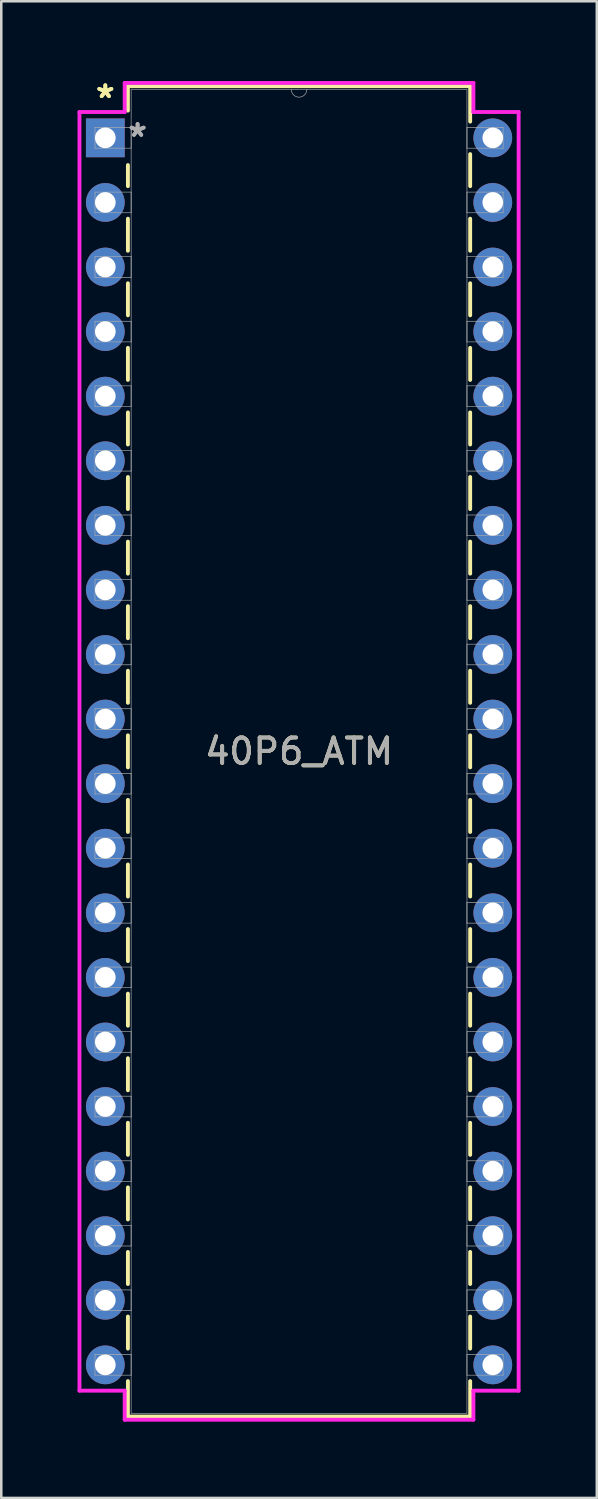
<source format=kicad_pcb>
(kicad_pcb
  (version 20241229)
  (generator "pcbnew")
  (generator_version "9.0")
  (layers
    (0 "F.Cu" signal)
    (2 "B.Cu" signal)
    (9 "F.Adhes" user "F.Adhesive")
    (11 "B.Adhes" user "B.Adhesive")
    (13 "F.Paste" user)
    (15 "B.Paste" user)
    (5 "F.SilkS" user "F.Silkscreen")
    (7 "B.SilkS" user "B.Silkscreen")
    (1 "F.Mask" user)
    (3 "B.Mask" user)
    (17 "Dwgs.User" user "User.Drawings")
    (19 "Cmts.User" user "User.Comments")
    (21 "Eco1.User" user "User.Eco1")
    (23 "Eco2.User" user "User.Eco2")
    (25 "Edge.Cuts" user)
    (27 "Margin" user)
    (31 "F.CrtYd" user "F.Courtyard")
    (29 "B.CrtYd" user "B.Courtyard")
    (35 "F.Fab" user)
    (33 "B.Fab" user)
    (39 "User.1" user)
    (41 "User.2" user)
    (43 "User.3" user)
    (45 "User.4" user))
  (footprint "40P6_ATM"
    (layer "F.Cu")
    (at 1.092 2.372)
    (property "Reference" "40P6_ATM" (at 7.62 24.13 0) (unlocked yes) (layer "F.SilkS") (effects (font (size 1 1) (thickness 0.15))))
    (attr through_hole)
    (fp_line (start 0.889 -2.032) (end 0.889 -1.07) (stroke (width 0.152) (type solid)) (layer "F.SilkS"))
    (fp_line (start 0.889 1.07) (end 0.889 1.901) (stroke (width 0.152) (type solid)) (layer "F.SilkS"))
    (fp_line (start 0.889 3.179) (end 0.889 4.441) (stroke (width 0.152) (type solid)) (layer "F.SilkS"))
    (fp_line (start 0.889 5.719) (end 0.889 6.981) (stroke (width 0.152) (type solid)) (layer "F.SilkS"))
    (fp_line (start 0.889 8.259) (end 0.889 9.521) (stroke (width 0.152) (type solid)) (layer "F.SilkS"))
    (fp_line (start 0.889 10.799) (end 0.889 12.061) (stroke (width 0.152) (type solid)) (layer "F.SilkS"))
    (fp_line (start 0.889 13.339) (end 0.889 14.601) (stroke (width 0.152) (type solid)) (layer "F.SilkS"))
    (fp_line (start 0.889 15.879) (end 0.889 17.141) (stroke (width 0.152) (type solid)) (layer "F.SilkS"))
    (fp_line (start 0.889 18.419) (end 0.889 19.681) (stroke (width 0.152) (type solid)) (layer "F.SilkS"))
    (fp_line (start 0.889 20.959) (end 0.889 22.221) (stroke (width 0.152) (type solid)) (layer "F.SilkS"))
    (fp_line (start 0.889 23.499) (end 0.889 24.761) (stroke (width 0.152) (type solid)) (layer "F.SilkS"))
    (fp_line (start 0.889 26.039) (end 0.889 27.301) (stroke (width 0.152) (type solid)) (layer "F.SilkS"))
    (fp_line (start 0.889 28.579) (end 0.889 29.841) (stroke (width 0.152) (type solid)) (layer "F.SilkS"))
    (fp_line (start 0.889 31.119) (end 0.889 32.381) (stroke (width 0.152) (type solid)) (layer "F.SilkS"))
    (fp_line (start 0.889 33.659) (end 0.889 34.921) (stroke (width 0.152) (type solid)) (layer "F.SilkS"))
    (fp_line (start 0.889 36.199) (end 0.889 37.461) (stroke (width 0.152) (type solid)) (layer "F.SilkS"))
    (fp_line (start 0.889 38.739) (end 0.889 40.001) (stroke (width 0.152) (type solid)) (layer "F.SilkS"))
    (fp_line (start 0.889 41.279) (end 0.889 42.541) (stroke (width 0.152) (type solid)) (layer "F.SilkS"))
    (fp_line (start 0.889 43.819) (end 0.889 45.081) (stroke (width 0.152) (type solid)) (layer "F.SilkS"))
    (fp_line (start 0.889 46.359) (end 0.889 47.621) (stroke (width 0.152) (type solid)) (layer "F.SilkS"))
    (fp_line (start 0.889 48.899) (end 0.889 50.292) (stroke (width 0.152) (type solid)) (layer "F.SilkS"))
    (fp_line (start 0.889 50.292) (end 14.351 50.292) (stroke (width 0.152) (type solid)) (layer "F.SilkS"))
    (fp_line (start 14.351 -2.032) (end 0.889 -2.032) (stroke (width 0.152) (type solid)) (layer "F.SilkS"))
    (fp_line (start 14.351 -0.639) (end 14.351 -2.032) (stroke (width 0.152) (type solid)) (layer "F.SilkS"))
    (fp_line (start 14.351 1.901) (end 14.351 0.639) (stroke (width 0.152) (type solid)) (layer "F.SilkS"))
    (fp_line (start 14.351 4.441) (end 14.351 3.179) (stroke (width 0.152) (type solid)) (layer "F.SilkS"))
    (fp_line (start 14.351 6.981) (end 14.351 5.719) (stroke (width 0.152) (type solid)) (layer "F.SilkS"))
    (fp_line (start 14.351 9.521) (end 14.351 8.259) (stroke (width 0.152) (type solid)) (layer "F.SilkS"))
    (fp_line (start 14.351 12.061) (end 14.351 10.799) (stroke (width 0.152) (type solid)) (layer "F.SilkS"))
    (fp_line (start 14.351 14.601) (end 14.351 13.339) (stroke (width 0.152) (type solid)) (layer "F.SilkS"))
    (fp_line (start 14.351 17.141) (end 14.351 15.879) (stroke (width 0.152) (type solid)) (layer "F.SilkS"))
    (fp_line (start 14.351 19.681) (end 14.351 18.419) (stroke (width 0.152) (type solid)) (layer "F.SilkS"))
    (fp_line (start 14.351 22.221) (end 14.351 20.959) (stroke (width 0.152) (type solid)) (layer "F.SilkS"))
    (fp_line (start 14.351 24.761) (end 14.351 23.499) (stroke (width 0.152) (type solid)) (layer "F.SilkS"))
    (fp_line (start 14.351 27.301) (end 14.351 26.039) (stroke (width 0.152) (type solid)) (layer "F.SilkS"))
    (fp_line (start 14.351 29.841) (end 14.351 28.579) (stroke (width 0.152) (type solid)) (layer "F.SilkS"))
    (fp_line (start 14.351 32.381) (end 14.351 31.119) (stroke (width 0.152) (type solid)) (layer "F.SilkS"))
    (fp_line (start 14.351 34.921) (end 14.351 33.659) (stroke (width 0.152) (type solid)) (layer "F.SilkS"))
    (fp_line (start 14.351 37.461) (end 14.351 36.199) (stroke (width 0.152) (type solid)) (layer "F.SilkS"))
    (fp_line (start 14.351 40.001) (end 14.351 38.739) (stroke (width 0.152) (type solid)) (layer "F.SilkS"))
    (fp_line (start 14.351 42.541) (end 14.351 41.279) (stroke (width 0.152) (type solid)) (layer "F.SilkS"))
    (fp_line (start 14.351 45.081) (end 14.351 43.819) (stroke (width 0.152) (type solid)) (layer "F.SilkS"))
    (fp_line (start 14.351 47.621) (end 14.351 46.359) (stroke (width 0.152) (type solid)) (layer "F.SilkS"))
    (fp_line (start 14.351 50.292) (end 14.351 48.899) (stroke (width 0.152) (type solid)) (layer "F.SilkS"))
    (fp_line (start -1.016 -1.016) (end 0.762 -1.016) (stroke (width 0.152) (type solid)) (layer "F.CrtYd"))
    (fp_line (start -1.016 49.276) (end -1.016 -1.016) (stroke (width 0.152) (type solid)) (layer "F.CrtYd"))
    (fp_line (start 0.762 -2.159) (end 14.478 -2.159) (stroke (width 0.152) (type solid)) (layer "F.CrtYd"))
    (fp_line (start 0.762 -1.016) (end 0.762 -2.159) (stroke (width 0.152) (type solid)) (layer "F.CrtYd"))
    (fp_line (start 0.762 49.276) (end -1.016 49.276) (stroke (width 0.152) (type solid)) (layer "F.CrtYd"))
    (fp_line (start 0.762 50.419) (end 0.762 49.276) (stroke (width 0.152) (type solid)) (layer "F.CrtYd"))
    (fp_line (start 14.478 -2.159) (end 14.478 -1.016) (stroke (width 0.152) (type solid)) (layer "F.CrtYd"))
    (fp_line (start 14.478 49.276) (end 14.478 50.419) (stroke (width 0.152) (type solid)) (layer "F.CrtYd"))
    (fp_line (start 14.478 50.419) (end 0.762 50.419) (stroke (width 0.152) (type solid)) (layer "F.CrtYd"))
    (fp_line (start 16.256 -1.016) (end 14.478 -1.016) (stroke (width 0.152) (type solid)) (layer "F.CrtYd"))
    (fp_line (start 16.256 -1.016) (end 16.256 49.276) (stroke (width 0.152) (type solid)) (layer "F.CrtYd"))
    (fp_line (start 16.256 49.276) (end 14.478 49.276) (stroke (width 0.152) (type solid)) (layer "F.CrtYd"))
    (fp_line (start -0.406 -0.406) (end -0.406 0.406) (stroke (width 0.025) (type solid)) (layer "F.Fab"))
    (fp_line (start -0.406 0.406) (end 1.016 0.406) (stroke (width 0.025) (type solid)) (layer "F.Fab"))
    (fp_line (start -0.406 2.134) (end -0.406 2.946) (stroke (width 0.025) (type solid)) (layer "F.Fab"))
    (fp_line (start -0.406 2.946) (end 1.016 2.946) (stroke (width 0.025) (type solid)) (layer "F.Fab"))
    (fp_line (start -0.406 4.674) (end -0.406 5.486) (stroke (width 0.025) (type solid)) (layer "F.Fab"))
    (fp_line (start -0.406 5.486) (end 1.016 5.486) (stroke (width 0.025) (type solid)) (layer "F.Fab"))
    (fp_line (start -0.406 7.214) (end -0.406 8.026) (stroke (width 0.025) (type solid)) (layer "F.Fab"))
    (fp_line (start -0.406 8.026) (end 1.016 8.026) (stroke (width 0.025) (type solid)) (layer "F.Fab"))
    (fp_line (start -0.406 9.754) (end -0.406 10.566) (stroke (width 0.025) (type solid)) (layer "F.Fab"))
    (fp_line (start -0.406 10.566) (end 1.016 10.566) (stroke (width 0.025) (type solid)) (layer "F.Fab"))
    (fp_line (start -0.406 12.294) (end -0.406 13.106) (stroke (width 0.025) (type solid)) (layer "F.Fab"))
    (fp_line (start -0.406 13.106) (end 1.016 13.106) (stroke (width 0.025) (type solid)) (layer "F.Fab"))
    (fp_line (start -0.406 14.834) (end -0.406 15.646) (stroke (width 0.025) (type solid)) (layer "F.Fab"))
    (fp_line (start -0.406 15.646) (end 1.016 15.646) (stroke (width 0.025) (type solid)) (layer "F.Fab"))
    (fp_line (start -0.406 17.374) (end -0.406 18.186) (stroke (width 0.025) (type solid)) (layer "F.Fab"))
    (fp_line (start -0.406 18.186) (end 1.016 18.186) (stroke (width 0.025) (type solid)) (layer "F.Fab"))
    (fp_line (start -0.406 19.914) (end -0.406 20.726) (stroke (width 0.025) (type solid)) (layer "F.Fab"))
    (fp_line (start -0.406 20.726) (end 1.016 20.726) (stroke (width 0.025) (type solid)) (layer "F.Fab"))
    (fp_line (start -0.406 22.454) (end -0.406 23.266) (stroke (width 0.025) (type solid)) (layer "F.Fab"))
    (fp_line (start -0.406 23.266) (end 1.016 23.266) (stroke (width 0.025) (type solid)) (layer "F.Fab"))
    (fp_line (start -0.406 24.994) (end -0.406 25.806) (stroke (width 0.025) (type solid)) (layer "F.Fab"))
    (fp_line (start -0.406 25.806) (end 1.016 25.806) (stroke (width 0.025) (type solid)) (layer "F.Fab"))
    (fp_line (start -0.406 27.534) (end -0.406 28.346) (stroke (width 0.025) (type solid)) (layer "F.Fab"))
    (fp_line (start -0.406 28.346) (end 1.016 28.346) (stroke (width 0.025) (type solid)) (layer "F.Fab"))
    (fp_line (start -0.406 30.074) (end -0.406 30.886) (stroke (width 0.025) (type solid)) (layer "F.Fab"))
    (fp_line (start -0.406 30.886) (end 1.016 30.886) (stroke (width 0.025) (type solid)) (layer "F.Fab"))
    (fp_line (start -0.406 32.614) (end -0.406 33.426) (stroke (width 0.025) (type solid)) (layer "F.Fab"))
    (fp_line (start -0.406 33.426) (end 1.016 33.426) (stroke (width 0.025) (type solid)) (layer "F.Fab"))
    (fp_line (start -0.406 35.154) (end -0.406 35.966) (stroke (width 0.025) (type solid)) (layer "F.Fab"))
    (fp_line (start -0.406 35.966) (end 1.016 35.966) (stroke (width 0.025) (type solid)) (layer "F.Fab"))
    (fp_line (start -0.406 37.694) (end -0.406 38.506) (stroke (width 0.025) (type solid)) (layer "F.Fab"))
    (fp_line (start -0.406 38.506) (end 1.016 38.506) (stroke (width 0.025) (type solid)) (layer "F.Fab"))
    (fp_line (start -0.406 40.234) (end -0.406 41.046) (stroke (width 0.025) (type solid)) (layer "F.Fab"))
    (fp_line (start -0.406 41.046) (end 1.016 41.046) (stroke (width 0.025) (type solid)) (layer "F.Fab"))
    (fp_line (start -0.406 42.774) (end -0.406 43.586) (stroke (width 0.025) (type solid)) (layer "F.Fab"))
    (fp_line (start -0.406 43.586) (end 1.016 43.586) (stroke (width 0.025) (type solid)) (layer "F.Fab"))
    (fp_line (start -0.406 45.314) (end -0.406 46.126) (stroke (width 0.025) (type solid)) (layer "F.Fab"))
    (fp_line (start -0.406 46.126) (end 1.016 46.126) (stroke (width 0.025) (type solid)) (layer "F.Fab"))
    (fp_line (start -0.406 47.854) (end -0.406 48.666) (stroke (width 0.025) (type solid)) (layer "F.Fab"))
    (fp_line (start -0.406 48.666) (end 1.016 48.666) (stroke (width 0.025) (type solid)) (layer "F.Fab"))
    (fp_line (start 1.016 -1.905) (end 1.016 50.165) (stroke (width 0.025) (type solid)) (layer "F.Fab"))
    (fp_line (start 1.016 -0.406) (end -0.406 -0.406) (stroke (width 0.025) (type solid)) (layer "F.Fab"))
    (fp_line (start 1.016 0.406) (end 1.016 -0.406) (stroke (width 0.025) (type solid)) (layer "F.Fab"))
    (fp_line (start 1.016 2.134) (end -0.406 2.134) (stroke (width 0.025) (type solid)) (layer "F.Fab"))
    (fp_line (start 1.016 2.946) (end 1.016 2.134) (stroke (width 0.025) (type solid)) (layer "F.Fab"))
    (fp_line (start 1.016 4.674) (end -0.406 4.674) (stroke (width 0.025) (type solid)) (layer "F.Fab"))
    (fp_line (start 1.016 5.486) (end 1.016 4.674) (stroke (width 0.025) (type solid)) (layer "F.Fab"))
    (fp_line (start 1.016 7.214) (end -0.406 7.214) (stroke (width 0.025) (type solid)) (layer "F.Fab"))
    (fp_line (start 1.016 8.026) (end 1.016 7.214) (stroke (width 0.025) (type solid)) (layer "F.Fab"))
    (fp_line (start 1.016 9.754) (end -0.406 9.754) (stroke (width 0.025) (type solid)) (layer "F.Fab"))
    (fp_line (start 1.016 10.566) (end 1.016 9.754) (stroke (width 0.025) (type solid)) (layer "F.Fab"))
    (fp_line (start 1.016 12.294) (end -0.406 12.294) (stroke (width 0.025) (type solid)) (layer "F.Fab"))
    (fp_line (start 1.016 13.106) (end 1.016 12.294) (stroke (width 0.025) (type solid)) (layer "F.Fab"))
    (fp_line (start 1.016 14.834) (end -0.406 14.834) (stroke (width 0.025) (type solid)) (layer "F.Fab"))
    (fp_line (start 1.016 15.646) (end 1.016 14.834) (stroke (width 0.025) (type solid)) (layer "F.Fab"))
    (fp_line (start 1.016 17.374) (end -0.406 17.374) (stroke (width 0.025) (type solid)) (layer "F.Fab"))
    (fp_line (start 1.016 18.186) (end 1.016 17.374) (stroke (width 0.025) (type solid)) (layer "F.Fab"))
    (fp_line (start 1.016 19.914) (end -0.406 19.914) (stroke (width 0.025) (type solid)) (layer "F.Fab"))
    (fp_line (start 1.016 20.726) (end 1.016 19.914) (stroke (width 0.025) (type solid)) (layer "F.Fab"))
    (fp_line (start 1.016 22.454) (end -0.406 22.454) (stroke (width 0.025) (type solid)) (layer "F.Fab"))
    (fp_line (start 1.016 23.266) (end 1.016 22.454) (stroke (width 0.025) (type solid)) (layer "F.Fab"))
    (fp_line (start 1.016 24.994) (end -0.406 24.994) (stroke (width 0.025) (type solid)) (layer "F.Fab"))
    (fp_line (start 1.016 25.806) (end 1.016 24.994) (stroke (width 0.025) (type solid)) (layer "F.Fab"))
    (fp_line (start 1.016 27.534) (end -0.406 27.534) (stroke (width 0.025) (type solid)) (layer "F.Fab"))
    (fp_line (start 1.016 28.346) (end 1.016 27.534) (stroke (width 0.025) (type solid)) (layer "F.Fab"))
    (fp_line (start 1.016 30.074) (end -0.406 30.074) (stroke (width 0.025) (type solid)) (layer "F.Fab"))
    (fp_line (start 1.016 30.886) (end 1.016 30.074) (stroke (width 0.025) (type solid)) (layer "F.Fab"))
    (fp_line (start 1.016 32.614) (end -0.406 32.614) (stroke (width 0.025) (type solid)) (layer "F.Fab"))
    (fp_line (start 1.016 33.426) (end 1.016 32.614) (stroke (width 0.025) (type solid)) (layer "F.Fab"))
    (fp_line (start 1.016 35.154) (end -0.406 35.154) (stroke (width 0.025) (type solid)) (layer "F.Fab"))
    (fp_line (start 1.016 35.966) (end 1.016 35.154) (stroke (width 0.025) (type solid)) (layer "F.Fab"))
    (fp_line (start 1.016 37.694) (end -0.406 37.694) (stroke (width 0.025) (type solid)) (layer "F.Fab"))
    (fp_line (start 1.016 38.506) (end 1.016 37.694) (stroke (width 0.025) (type solid)) (layer "F.Fab"))
    (fp_line (start 1.016 40.234) (end -0.406 40.234) (stroke (width 0.025) (type solid)) (layer "F.Fab"))
    (fp_line (start 1.016 41.046) (end 1.016 40.234) (stroke (width 0.025) (type solid)) (layer "F.Fab"))
    (fp_line (start 1.016 42.774) (end -0.406 42.774) (stroke (width 0.025) (type solid)) (layer "F.Fab"))
    (fp_line (start 1.016 43.586) (end 1.016 42.774) (stroke (width 0.025) (type solid)) (layer "F.Fab"))
    (fp_line (start 1.016 45.314) (end -0.406 45.314) (stroke (width 0.025) (type solid)) (layer "F.Fab"))
    (fp_line (start 1.016 46.126) (end 1.016 45.314) (stroke (width 0.025) (type solid)) (layer "F.Fab"))
    (fp_line (start 1.016 47.854) (end -0.406 47.854) (stroke (width 0.025) (type solid)) (layer "F.Fab"))
    (fp_line (start 1.016 48.666) (end 1.016 47.854) (stroke (width 0.025) (type solid)) (layer "F.Fab"))
    (fp_line (start 1.016 50.165) (end 14.224 50.165) (stroke (width 0.025) (type solid)) (layer "F.Fab"))
    (fp_line (start 14.224 -1.905) (end 1.016 -1.905) (stroke (width 0.025) (type solid)) (layer "F.Fab"))
    (fp_line (start 14.224 -0.406) (end 14.224 0.406) (stroke (width 0.025) (type solid)) (layer "F.Fab"))
    (fp_line (start 14.224 0.406) (end 15.646 0.406) (stroke (width 0.025) (type solid)) (layer "F.Fab"))
    (fp_line (start 14.224 2.134) (end 14.224 2.946) (stroke (width 0.025) (type solid)) (layer "F.Fab"))
    (fp_line (start 14.224 2.946) (end 15.646 2.946) (stroke (width 0.025) (type solid)) (layer "F.Fab"))
    (fp_line (start 14.224 4.674) (end 14.224 5.486) (stroke (width 0.025) (type solid)) (layer "F.Fab"))
    (fp_line (start 14.224 5.486) (end 15.646 5.486) (stroke (width 0.025) (type solid)) (layer "F.Fab"))
    (fp_line (start 14.224 7.214) (end 14.224 8.026) (stroke (width 0.025) (type solid)) (layer "F.Fab"))
    (fp_line (start 14.224 8.026) (end 15.646 8.026) (stroke (width 0.025) (type solid)) (layer "F.Fab"))
    (fp_line (start 14.224 9.754) (end 14.224 10.566) (stroke (width 0.025) (type solid)) (layer "F.Fab"))
    (fp_line (start 14.224 10.566) (end 15.646 10.566) (stroke (width 0.025) (type solid)) (layer "F.Fab"))
    (fp_line (start 14.224 12.294) (end 14.224 13.106) (stroke (width 0.025) (type solid)) (layer "F.Fab"))
    (fp_line (start 14.224 13.106) (end 15.646 13.106) (stroke (width 0.025) (type solid)) (layer "F.Fab"))
    (fp_line (start 14.224 14.834) (end 14.224 15.646) (stroke (width 0.025) (type solid)) (layer "F.Fab"))
    (fp_line (start 14.224 15.646) (end 15.646 15.646) (stroke (width 0.025) (type solid)) (layer "F.Fab"))
    (fp_line (start 14.224 17.374) (end 14.224 18.186) (stroke (width 0.025) (type solid)) (layer "F.Fab"))
    (fp_line (start 14.224 18.186) (end 15.646 18.186) (stroke (width 0.025) (type solid)) (layer "F.Fab"))
    (fp_line (start 14.224 19.914) (end 14.224 20.726) (stroke (width 0.025) (type solid)) (layer "F.Fab"))
    (fp_line (start 14.224 20.726) (end 15.646 20.726) (stroke (width 0.025) (type solid)) (layer "F.Fab"))
    (fp_line (start 14.224 22.454) (end 14.224 23.266) (stroke (width 0.025) (type solid)) (layer "F.Fab"))
    (fp_line (start 14.224 23.266) (end 15.646 23.266) (stroke (width 0.025) (type solid)) (layer "F.Fab"))
    (fp_line (start 14.224 24.994) (end 14.224 25.806) (stroke (width 0.025) (type solid)) (layer "F.Fab"))
    (fp_line (start 14.224 25.806) (end 15.646 25.806) (stroke (width 0.025) (type solid)) (layer "F.Fab"))
    (fp_line (start 14.224 27.534) (end 14.224 28.346) (stroke (width 0.025) (type solid)) (layer "F.Fab"))
    (fp_line (start 14.224 28.346) (end 15.646 28.346) (stroke (width 0.025) (type solid)) (layer "F.Fab"))
    (fp_line (start 14.224 30.074) (end 14.224 30.886) (stroke (width 0.025) (type solid)) (layer "F.Fab"))
    (fp_line (start 14.224 30.886) (end 15.646 30.886) (stroke (width 0.025) (type solid)) (layer "F.Fab"))
    (fp_line (start 14.224 32.614) (end 14.224 33.426) (stroke (width 0.025) (type solid)) (layer "F.Fab"))
    (fp_line (start 14.224 33.426) (end 15.646 33.426) (stroke (width 0.025) (type solid)) (layer "F.Fab"))
    (fp_line (start 14.224 35.154) (end 14.224 35.966) (stroke (width 0.025) (type solid)) (layer "F.Fab"))
    (fp_line (start 14.224 35.966) (end 15.646 35.966) (stroke (width 0.025) (type solid)) (layer "F.Fab"))
    (fp_line (start 14.224 37.694) (end 14.224 38.506) (stroke (width 0.025) (type solid)) (layer "F.Fab"))
    (fp_line (start 14.224 38.506) (end 15.646 38.506) (stroke (width 0.025) (type solid)) (layer "F.Fab"))
    (fp_line (start 14.224 40.234) (end 14.224 41.046) (stroke (width 0.025) (type solid)) (layer "F.Fab"))
    (fp_line (start 14.224 41.046) (end 15.646 41.046) (stroke (width 0.025) (type solid)) (layer "F.Fab"))
    (fp_line (start 14.224 42.774) (end 14.224 43.586) (stroke (width 0.025) (type solid)) (layer "F.Fab"))
    (fp_line (start 14.224 43.586) (end 15.646 43.586) (stroke (width 0.025) (type solid)) (layer "F.Fab"))
    (fp_line (start 14.224 45.314) (end 14.224 46.126) (stroke (width 0.025) (type solid)) (layer "F.Fab"))
    (fp_line (start 14.224 46.126) (end 15.646 46.126) (stroke (width 0.025) (type solid)) (layer "F.Fab"))
    (fp_line (start 14.224 47.854) (end 14.224 48.666) (stroke (width 0.025) (type solid)) (layer "F.Fab"))
    (fp_line (start 14.224 48.666) (end 15.646 48.666) (stroke (width 0.025) (type solid)) (layer "F.Fab"))
    (fp_line (start 14.224 50.165) (end 14.224 -1.905) (stroke (width 0.025) (type solid)) (layer "F.Fab"))
    (fp_line (start 15.646 -0.406) (end 14.224 -0.406) (stroke (width 0.025) (type solid)) (layer "F.Fab"))
    (fp_line (start 15.646 0.406) (end 15.646 -0.406) (stroke (width 0.025) (type solid)) (layer "F.Fab"))
    (fp_line (start 15.646 2.134) (end 14.224 2.134) (stroke (width 0.025) (type solid)) (layer "F.Fab"))
    (fp_line (start 15.646 2.946) (end 15.646 2.134) (stroke (width 0.025) (type solid)) (layer "F.Fab"))
    (fp_line (start 15.646 4.674) (end 14.224 4.674) (stroke (width 0.025) (type solid)) (layer "F.Fab"))
    (fp_line (start 15.646 5.486) (end 15.646 4.674) (stroke (width 0.025) (type solid)) (layer "F.Fab"))
    (fp_line (start 15.646 7.214) (end 14.224 7.214) (stroke (width 0.025) (type solid)) (layer "F.Fab"))
    (fp_line (start 15.646 8.026) (end 15.646 7.214) (stroke (width 0.025) (type solid)) (layer "F.Fab"))
    (fp_line (start 15.646 9.754) (end 14.224 9.754) (stroke (width 0.025) (type solid)) (layer "F.Fab"))
    (fp_line (start 15.646 10.566) (end 15.646 9.754) (stroke (width 0.025) (type solid)) (layer "F.Fab"))
    (fp_line (start 15.646 12.294) (end 14.224 12.294) (stroke (width 0.025) (type solid)) (layer "F.Fab"))
    (fp_line (start 15.646 13.106) (end 15.646 12.294) (stroke (width 0.025) (type solid)) (layer "F.Fab"))
    (fp_line (start 15.646 14.834) (end 14.224 14.834) (stroke (width 0.025) (type solid)) (layer "F.Fab"))
    (fp_line (start 15.646 15.646) (end 15.646 14.834) (stroke (width 0.025) (type solid)) (layer "F.Fab"))
    (fp_line (start 15.646 17.374) (end 14.224 17.374) (stroke (width 0.025) (type solid)) (layer "F.Fab"))
    (fp_line (start 15.646 18.186) (end 15.646 17.374) (stroke (width 0.025) (type solid)) (layer "F.Fab"))
    (fp_line (start 15.646 19.914) (end 14.224 19.914) (stroke (width 0.025) (type solid)) (layer "F.Fab"))
    (fp_line (start 15.646 20.726) (end 15.646 19.914) (stroke (width 0.025) (type solid)) (layer "F.Fab"))
    (fp_line (start 15.646 22.454) (end 14.224 22.454) (stroke (width 0.025) (type solid)) (layer "F.Fab"))
    (fp_line (start 15.646 23.266) (end 15.646 22.454) (stroke (width 0.025) (type solid)) (layer "F.Fab"))
    (fp_line (start 15.646 24.994) (end 14.224 24.994) (stroke (width 0.025) (type solid)) (layer "F.Fab"))
    (fp_line (start 15.646 25.806) (end 15.646 24.994) (stroke (width 0.025) (type solid)) (layer "F.Fab"))
    (fp_line (start 15.646 27.534) (end 14.224 27.534) (stroke (width 0.025) (type solid)) (layer "F.Fab"))
    (fp_line (start 15.646 28.346) (end 15.646 27.534) (stroke (width 0.025) (type solid)) (layer "F.Fab"))
    (fp_line (start 15.646 30.074) (end 14.224 30.074) (stroke (width 0.025) (type solid)) (layer "F.Fab"))
    (fp_line (start 15.646 30.886) (end 15.646 30.074) (stroke (width 0.025) (type solid)) (layer "F.Fab"))
    (fp_line (start 15.646 32.614) (end 14.224 32.614) (stroke (width 0.025) (type solid)) (layer "F.Fab"))
    (fp_line (start 15.646 33.426) (end 15.646 32.614) (stroke (width 0.025) (type solid)) (layer "F.Fab"))
    (fp_line (start 15.646 35.154) (end 14.224 35.154) (stroke (width 0.025) (type solid)) (layer "F.Fab"))
    (fp_line (start 15.646 35.966) (end 15.646 35.154) (stroke (width 0.025) (type solid)) (layer "F.Fab"))
    (fp_line (start 15.646 37.694) (end 14.224 37.694) (stroke (width 0.025) (type solid)) (layer "F.Fab"))
    (fp_line (start 15.646 38.506) (end 15.646 37.694) (stroke (width 0.025) (type solid)) (layer "F.Fab"))
    (fp_line (start 15.646 40.234) (end 14.224 40.234) (stroke (width 0.025) (type solid)) (layer "F.Fab"))
    (fp_line (start 15.646 41.046) (end 15.646 40.234) (stroke (width 0.025) (type solid)) (layer "F.Fab"))
    (fp_line (start 15.646 42.774) (end 14.224 42.774) (stroke (width 0.025) (type solid)) (layer "F.Fab"))
    (fp_line (start 15.646 43.586) (end 15.646 42.774) (stroke (width 0.025) (type solid)) (layer "F.Fab"))
    (fp_line (start 15.646 45.314) (end 14.224 45.314) (stroke (width 0.025) (type solid)) (layer "F.Fab"))
    (fp_line (start 15.646 46.126) (end 15.646 45.314) (stroke (width 0.025) (type solid)) (layer "F.Fab"))
    (fp_line (start 15.646 47.854) (end 14.224 47.854) (stroke (width 0.025) (type solid)) (layer "F.Fab"))
    (fp_line (start 15.646 48.666) (end 15.646 47.854) (stroke (width 0.025) (type solid)) (layer "F.Fab"))
    (fp_arc (start 7.9248 -1.905) (mid 7.62 -1.6002) (end 7.3152 -1.905) (stroke (width 0.0254) (type solid)) (layer "F.Fab"))
    (fp_text user "*" (at 0 -1.524 0) (layer "F.SilkS") (effects (font (size 1 1) (thickness 0.15))))
    (fp_text user "*" (at 0 -1.524 0) (unlocked yes) (layer "F.SilkS") (effects (font (size 1 1) (thickness 0.15))))
    (fp_text user "*" (at 1.27 0 0) (unlocked yes) (layer "F.Fab") (effects (font (size 1 1) (thickness 0.15))))
    (fp_text user "*" (at 1.27 0 0) (layer "F.Fab") (effects (font (size 1 1) (thickness 0.15))))
    (fp_text user "${REFERENCE}" (at 7.62 24.13 0) (unlocked yes) (layer "F.Fab") (effects (font (size 1 1) (thickness 0.15))))
    (pad "1" thru_hole rect (at 0 0) (size 1.524 1.524) (drill 0.813) (layers "*.Cu" "*.Mask"))
    (pad "2" thru_hole circle (at 0 2.54) (size 1.524 1.524) (drill 0.813) (layers "*.Cu" "*.Mask"))
    (pad "3" thru_hole circle (at 0 5.08) (size 1.524 1.524) (drill 0.813) (layers "*.Cu" "*.Mask"))
    (pad "4" thru_hole circle (at 0 7.62) (size 1.524 1.524) (drill 0.813) (layers "*.Cu" "*.Mask"))
    (pad "5" thru_hole circle (at 0 10.16) (size 1.524 1.524) (drill 0.813) (layers "*.Cu" "*.Mask"))
    (pad "6" thru_hole circle (at 0 12.7) (size 1.524 1.524) (drill 0.813) (layers "*.Cu" "*.Mask"))
    (pad "7" thru_hole circle (at 0 15.24) (size 1.524 1.524) (drill 0.813) (layers "*.Cu" "*.Mask"))
    (pad "8" thru_hole circle (at 0 17.78) (size 1.524 1.524) (drill 0.813) (layers "*.Cu" "*.Mask"))
    (pad "9" thru_hole circle (at 0 20.32) (size 1.524 1.524) (drill 0.813) (layers "*.Cu" "*.Mask"))
    (pad "10" thru_hole circle (at 0 22.86) (size 1.524 1.524) (drill 0.813) (layers "*.Cu" "*.Mask"))
    (pad "11" thru_hole circle (at 0 25.4) (size 1.524 1.524) (drill 0.813) (layers "*.Cu" "*.Mask"))
    (pad "12" thru_hole circle (at 0 27.94) (size 1.524 1.524) (drill 0.813) (layers "*.Cu" "*.Mask"))
    (pad "13" thru_hole circle (at 0 30.48) (size 1.524 1.524) (drill 0.813) (layers "*.Cu" "*.Mask"))
    (pad "14" thru_hole circle (at 0 33.02) (size 1.524 1.524) (drill 0.813) (layers "*.Cu" "*.Mask"))
    (pad "15" thru_hole circle (at 0 35.56) (size 1.524 1.524) (drill 0.813) (layers "*.Cu" "*.Mask"))
    (pad "16" thru_hole circle (at 0 38.1) (size 1.524 1.524) (drill 0.813) (layers "*.Cu" "*.Mask"))
    (pad "17" thru_hole circle (at 0 40.64) (size 1.524 1.524) (drill 0.813) (layers "*.Cu" "*.Mask"))
    (pad "18" thru_hole circle (at 0 43.18) (size 1.524 1.524) (drill 0.813) (layers "*.Cu" "*.Mask"))
    (pad "19" thru_hole circle (at 0 45.72) (size 1.524 1.524) (drill 0.813) (layers "*.Cu" "*.Mask"))
    (pad "20" thru_hole circle (at 0 48.26) (size 1.524 1.524) (drill 0.813) (layers "*.Cu" "*.Mask"))
    (pad "21" thru_hole circle (at 15.24 48.26) (size 1.524 1.524) (drill 0.813) (layers "*.Cu" "*.Mask"))
    (pad "22" thru_hole circle (at 15.24 45.72) (size 1.524 1.524) (drill 0.813) (layers "*.Cu" "*.Mask"))
    (pad "23" thru_hole circle (at 15.24 43.18) (size 1.524 1.524) (drill 0.813) (layers "*.Cu" "*.Mask"))
    (pad "24" thru_hole circle (at 15.24 40.64) (size 1.524 1.524) (drill 0.813) (layers "*.Cu" "*.Mask"))
    (pad "25" thru_hole circle (at 15.24 38.1) (size 1.524 1.524) (drill 0.813) (layers "*.Cu" "*.Mask"))
    (pad "26" thru_hole circle (at 15.24 35.56) (size 1.524 1.524) (drill 0.813) (layers "*.Cu" "*.Mask"))
    (pad "27" thru_hole circle (at 15.24 33.02) (size 1.524 1.524) (drill 0.813) (layers "*.Cu" "*.Mask"))
    (pad "28" thru_hole circle (at 15.24 30.48) (size 1.524 1.524) (drill 0.813) (layers "*.Cu" "*.Mask"))
    (pad "29" thru_hole circle (at 15.24 27.94) (size 1.524 1.524) (drill 0.813) (layers "*.Cu" "*.Mask"))
    (pad "30" thru_hole circle (at 15.24 25.4) (size 1.524 1.524) (drill 0.813) (layers "*.Cu" "*.Mask"))
    (pad "31" thru_hole circle (at 15.24 22.86) (size 1.524 1.524) (drill 0.813) (layers "*.Cu" "*.Mask"))
    (pad "32" thru_hole circle (at 15.24 20.32) (size 1.524 1.524) (drill 0.813) (layers "*.Cu" "*.Mask"))
    (pad "33" thru_hole circle (at 15.24 17.78) (size 1.524 1.524) (drill 0.813) (layers "*.Cu" "*.Mask"))
    (pad "34" thru_hole circle (at 15.24 15.24) (size 1.524 1.524) (drill 0.813) (layers "*.Cu" "*.Mask"))
    (pad "35" thru_hole circle (at 15.24 12.7) (size 1.524 1.524) (drill 0.813) (layers "*.Cu" "*.Mask"))
    (pad "36" thru_hole circle (at 15.24 10.16) (size 1.524 1.524) (drill 0.813) (layers "*.Cu" "*.Mask"))
    (pad "37" thru_hole circle (at 15.24 7.62) (size 1.524 1.524) (drill 0.813) (layers "*.Cu" "*.Mask"))
    (pad "38" thru_hole circle (at 15.24 5.08) (size 1.524 1.524) (drill 0.813) (layers "*.Cu" "*.Mask"))
    (pad "39" thru_hole circle (at 15.24 2.54) (size 1.524 1.524) (drill 0.813) (layers "*.Cu" "*.Mask"))
    (pad "40" thru_hole circle (at 15.24 0) (size 1.524 1.524) (drill 0.813) (layers "*.Cu" "*.Mask")))
  (gr_rect
    (start -3 -3)
    (end 20.424 55.867)
    (stroke (width 0.1) (type default))
    (fill no)
    (layer "Edge.Cuts")))
</source>
